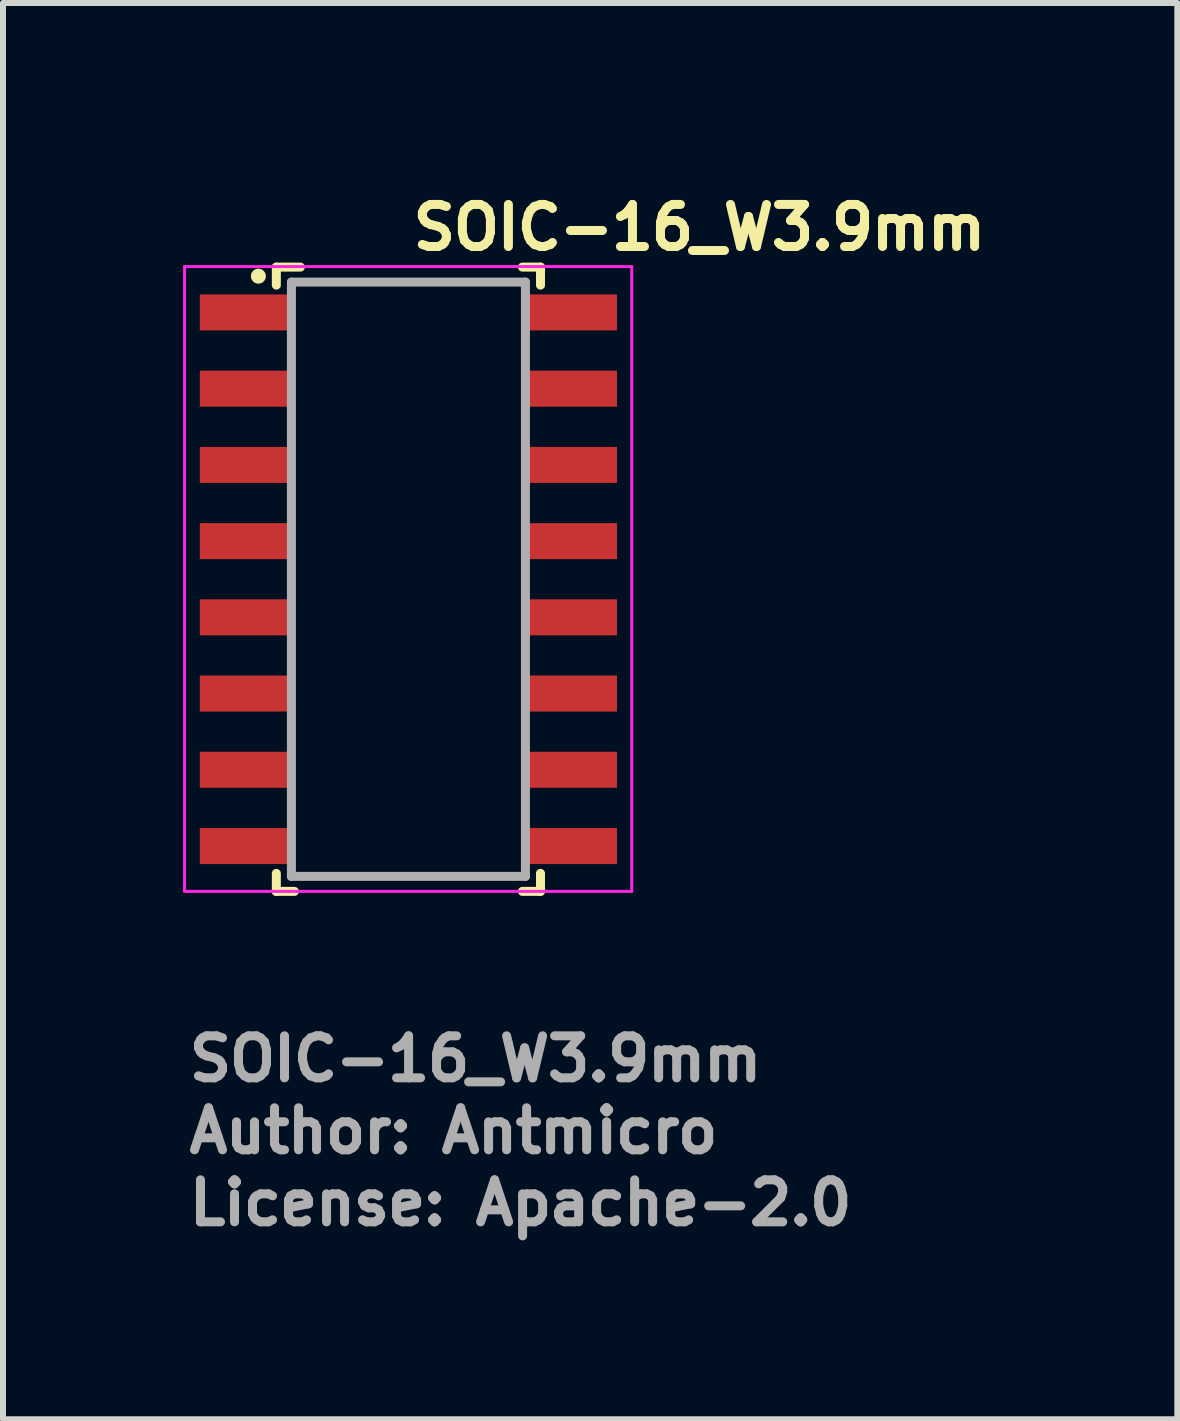
<source format=kicad_pcb>
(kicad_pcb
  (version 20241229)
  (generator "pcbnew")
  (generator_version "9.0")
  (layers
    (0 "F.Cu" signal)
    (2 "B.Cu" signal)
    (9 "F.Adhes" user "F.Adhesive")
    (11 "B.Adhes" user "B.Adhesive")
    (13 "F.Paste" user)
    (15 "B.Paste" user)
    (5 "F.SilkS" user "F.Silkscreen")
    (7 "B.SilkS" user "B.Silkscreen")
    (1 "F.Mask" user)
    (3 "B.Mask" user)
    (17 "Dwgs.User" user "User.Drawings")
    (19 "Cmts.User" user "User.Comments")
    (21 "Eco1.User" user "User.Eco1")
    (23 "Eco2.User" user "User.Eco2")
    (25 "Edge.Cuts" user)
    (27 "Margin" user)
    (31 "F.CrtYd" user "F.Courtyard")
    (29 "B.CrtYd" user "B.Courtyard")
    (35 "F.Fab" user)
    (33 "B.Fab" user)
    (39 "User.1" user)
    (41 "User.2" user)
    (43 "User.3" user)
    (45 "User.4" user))
  (footprint "SOIC-16_W3.9mm"
    (layer "F.Cu")
    (at 3.755 6.601)
    (property "Reference" "SOIC-16_W3.9mm" (at 0 -5.451 0) (layer "F.SilkS") (effects (font (size 0.7 0.7) (thickness 0.15)) (justify left bottom)))
    (attr smd)
    (fp_line (start -2.201 -5.201) (end -2.201 -4.901) (stroke (width 0.15) (type solid)) (layer "F.SilkS"))
    (fp_line (start -2.201 4.9) (end -2.201 5.2) (stroke (width 0.15) (type solid)) (layer "F.SilkS"))
    (fp_line (start -2.201 5.2) (end -1.9 5.2) (stroke (width 0.15) (type solid)) (layer "F.SilkS"))
    (fp_line (start -1.801 -5.201) (end -2.201 -5.201) (stroke (width 0.15) (type solid)) (layer "F.SilkS"))
    (fp_line (start 2.2 -5.201) (end 1.899 -5.201) (stroke (width 0.15) (type solid)) (layer "F.SilkS"))
    (fp_line (start 2.2 -4.901) (end 2.2 -5.201) (stroke (width 0.15) (type solid)) (layer "F.SilkS"))
    (fp_line (start 2.2 5.2) (end 1.899 5.2) (stroke (width 0.15) (type solid)) (layer "F.SilkS"))
    (fp_line (start 2.2 5.2) (end 2.2 4.9) (stroke (width 0.15) (type solid)) (layer "F.SilkS"))
    (fp_circle (center -2.5 -5.05) (end -2.45 -5.05) (stroke (width 0.15) (type solid)) (fill yes) (layer "F.SilkS"))
    (fp_line (start -3.73 -5.21) (end -3.73 5.2) (stroke (width 0.05) (type solid)) (layer "F.CrtYd"))
    (fp_line (start -3.73 -5.21) (end 3.72 -5.21) (stroke (width 0.05) (type solid)) (layer "F.CrtYd"))
    (fp_line (start -3.73 5.2) (end 3.72 5.2) (stroke (width 0.05) (type solid)) (layer "F.CrtYd"))
    (fp_line (start 3.72 -5.21) (end 3.72 5.2) (stroke (width 0.05) (type solid)) (layer "F.CrtYd"))
    (fp_line (start -1.95 4.95) (end -1.95 -4.951) (stroke (width 0.15) (type solid)) (layer "F.Fab"))
    (fp_line (start 1.949 -4.951) (end -1.95 -4.951) (stroke (width 0.15) (type solid)) (layer "F.Fab"))
    (fp_line (start 1.949 -4.951) (end 1.949 4.95) (stroke (width 0.15) (type solid)) (layer "F.Fab"))
    (fp_line (start 1.949 4.95) (end -1.95 4.95) (stroke (width 0.15) (type solid)) (layer "F.Fab"))
    (fp_line (start -3.013 -4.65) (end -3.013 -4.24) (stroke (width 0.01) (type solid)) (layer "User.9"))
    (fp_line (start -3.013 -3.38) (end -3.013 -2.97) (stroke (width 0.01) (type solid)) (layer "User.9"))
    (fp_line (start -3.013 -2.11) (end -3.013 -1.7) (stroke (width 0.01) (type solid)) (layer "User.9"))
    (fp_line (start -3.013 -0.84) (end -3.013 -0.43) (stroke (width 0.01) (type solid)) (layer "User.9"))
    (fp_line (start -3.013 0.43) (end -3.013 0.84) (stroke (width 0.01) (type solid)) (layer "User.9"))
    (fp_line (start -3.013 1.7) (end -3.013 2.11) (stroke (width 0.01) (type solid)) (layer "User.9"))
    (fp_line (start -3.013 2.97) (end -3.013 3.38) (stroke (width 0.01) (type solid)) (layer "User.9"))
    (fp_line (start -3.013 4.24) (end -3.013 4.65) (stroke (width 0.01) (type solid)) (layer "User.9"))
    (fp_line (start -2.485 -4.65) (end -3.013 -4.65) (stroke (width 0.01) (type solid)) (layer "User.9"))
    (fp_line (start -2.485 -4.65) (end -2.339 -4.65) (stroke (width 0.01) (type solid)) (layer "User.9"))
    (fp_line (start -2.485 -4.24) (end -3.013 -4.24) (stroke (width 0.01) (type solid)) (layer "User.9"))
    (fp_line (start -2.485 -4.24) (end -2.339 -4.24) (stroke (width 0.01) (type solid)) (layer "User.9"))
    (fp_line (start -2.485 -3.38) (end -3.013 -3.38) (stroke (width 0.01) (type solid)) (layer "User.9"))
    (fp_line (start -2.485 -3.38) (end -2.339 -3.38) (stroke (width 0.01) (type solid)) (layer "User.9"))
    (fp_line (start -2.485 -2.97) (end -3.013 -2.97) (stroke (width 0.01) (type solid)) (layer "User.9"))
    (fp_line (start -2.485 -2.97) (end -2.339 -2.97) (stroke (width 0.01) (type solid)) (layer "User.9"))
    (fp_line (start -2.485 -2.11) (end -3.013 -2.11) (stroke (width 0.01) (type solid)) (layer "User.9"))
    (fp_line (start -2.485 -2.11) (end -2.339 -2.11) (stroke (width 0.01) (type solid)) (layer "User.9"))
    (fp_line (start -2.485 -1.7) (end -3.013 -1.7) (stroke (width 0.01) (type solid)) (layer "User.9"))
    (fp_line (start -2.485 -1.7) (end -2.339 -1.7) (stroke (width 0.01) (type solid)) (layer "User.9"))
    (fp_line (start -2.485 -0.84) (end -3.013 -0.84) (stroke (width 0.01) (type solid)) (layer "User.9"))
    (fp_line (start -2.485 -0.84) (end -2.339 -0.84) (stroke (width 0.01) (type solid)) (layer "User.9"))
    (fp_line (start -2.485 -0.43) (end -3.013 -0.43) (stroke (width 0.01) (type solid)) (layer "User.9"))
    (fp_line (start -2.485 -0.43) (end -2.339 -0.43) (stroke (width 0.01) (type solid)) (layer "User.9"))
    (fp_line (start -2.485 0.43) (end -3.013 0.43) (stroke (width 0.01) (type solid)) (layer "User.9"))
    (fp_line (start -2.485 0.43) (end -2.339 0.43) (stroke (width 0.01) (type solid)) (layer "User.9"))
    (fp_line (start -2.485 0.84) (end -3.013 0.84) (stroke (width 0.01) (type solid)) (layer "User.9"))
    (fp_line (start -2.485 0.84) (end -2.339 0.84) (stroke (width 0.01) (type solid)) (layer "User.9"))
    (fp_line (start -2.485 1.7) (end -3.013 1.7) (stroke (width 0.01) (type solid)) (layer "User.9"))
    (fp_line (start -2.485 1.7) (end -2.339 1.7) (stroke (width 0.01) (type solid)) (layer "User.9"))
    (fp_line (start -2.485 2.11) (end -3.013 2.11) (stroke (width 0.01) (type solid)) (layer "User.9"))
    (fp_line (start -2.485 2.11) (end -2.339 2.11) (stroke (width 0.01) (type solid)) (layer "User.9"))
    (fp_line (start -2.485 2.97) (end -3.013 2.97) (stroke (width 0.01) (type solid)) (layer "User.9"))
    (fp_line (start -2.485 2.97) (end -2.339 2.97) (stroke (width 0.01) (type solid)) (layer "User.9"))
    (fp_line (start -2.485 3.38) (end -3.013 3.38) (stroke (width 0.01) (type solid)) (layer "User.9"))
    (fp_line (start -2.485 3.38) (end -2.339 3.38) (stroke (width 0.01) (type solid)) (layer "User.9"))
    (fp_line (start -2.485 4.24) (end -3.013 4.24) (stroke (width 0.01) (type solid)) (layer "User.9"))
    (fp_line (start -2.485 4.24) (end -2.339 4.24) (stroke (width 0.01) (type solid)) (layer "User.9"))
    (fp_line (start -2.485 4.65) (end -3.013 4.65) (stroke (width 0.01) (type solid)) (layer "User.9"))
    (fp_line (start -2.485 4.65) (end -2.339 4.65) (stroke (width 0.01) (type solid)) (layer "User.9"))
    (fp_line (start -2.339 -4.65) (end -2.256 -4.65) (stroke (width 0.01) (type solid)) (layer "User.9"))
    (fp_line (start -2.339 -3.38) (end -2.256 -3.38) (stroke (width 0.01) (type solid)) (layer "User.9"))
    (fp_line (start -2.339 -2.11) (end -2.256 -2.11) (stroke (width 0.01) (type solid)) (layer "User.9"))
    (fp_line (start -2.339 -0.84) (end -2.256 -0.84) (stroke (width 0.01) (type solid)) (layer "User.9"))
    (fp_line (start -2.339 0.43) (end -2.256 0.43) (stroke (width 0.01) (type solid)) (layer "User.9"))
    (fp_line (start -2.339 1.7) (end -2.256 1.7) (stroke (width 0.01) (type solid)) (layer "User.9"))
    (fp_line (start -2.339 2.97) (end -2.256 2.97) (stroke (width 0.01) (type solid)) (layer "User.9"))
    (fp_line (start -2.339 4.24) (end -2.256 4.24) (stroke (width 0.01) (type solid)) (layer "User.9"))
    (fp_line (start -2.256 -4.65) (end -1.97 -4.65) (stroke (width 0.01) (type solid)) (layer "User.9"))
    (fp_line (start -2.256 -4.24) (end -2.339 -4.24) (stroke (width 0.01) (type solid)) (layer "User.9"))
    (fp_line (start -2.256 -3.38) (end -1.97 -3.38) (stroke (width 0.01) (type solid)) (layer "User.9"))
    (fp_line (start -2.256 -2.97) (end -2.339 -2.97) (stroke (width 0.01) (type solid)) (layer "User.9"))
    (fp_line (start -2.256 -2.11) (end -1.97 -2.11) (stroke (width 0.01) (type solid)) (layer "User.9"))
    (fp_line (start -2.256 -1.7) (end -2.339 -1.7) (stroke (width 0.01) (type solid)) (layer "User.9"))
    (fp_line (start -2.256 -0.84) (end -1.97 -0.84) (stroke (width 0.01) (type solid)) (layer "User.9"))
    (fp_line (start -2.256 -0.43) (end -2.339 -0.43) (stroke (width 0.01) (type solid)) (layer "User.9"))
    (fp_line (start -2.256 0.43) (end -1.97 0.43) (stroke (width 0.01) (type solid)) (layer "User.9"))
    (fp_line (start -2.256 0.84) (end -2.339 0.84) (stroke (width 0.01) (type solid)) (layer "User.9"))
    (fp_line (start -2.256 1.7) (end -1.97 1.7) (stroke (width 0.01) (type solid)) (layer "User.9"))
    (fp_line (start -2.256 2.11) (end -2.339 2.11) (stroke (width 0.01) (type solid)) (layer "User.9"))
    (fp_line (start -2.256 2.97) (end -1.97 2.97) (stroke (width 0.01) (type solid)) (layer "User.9"))
    (fp_line (start -2.256 3.38) (end -2.339 3.38) (stroke (width 0.01) (type solid)) (layer "User.9"))
    (fp_line (start -2.256 4.24) (end -1.97 4.24) (stroke (width 0.01) (type solid)) (layer "User.9"))
    (fp_line (start -2.256 4.65) (end -2.339 4.65) (stroke (width 0.01) (type solid)) (layer "User.9"))
    (fp_line (start -1.97 -4.24) (end -2.256 -4.24) (stroke (width 0.01) (type solid)) (layer "User.9"))
    (fp_line (start -1.97 -2.97) (end -2.256 -2.97) (stroke (width 0.01) (type solid)) (layer "User.9"))
    (fp_line (start -1.97 -1.7) (end -2.256 -1.7) (stroke (width 0.01) (type solid)) (layer "User.9"))
    (fp_line (start -1.97 -0.43) (end -2.256 -0.43) (stroke (width 0.01) (type solid)) (layer "User.9"))
    (fp_line (start -1.97 0.84) (end -2.256 0.84) (stroke (width 0.01) (type solid)) (layer "User.9"))
    (fp_line (start -1.97 2.11) (end -2.256 2.11) (stroke (width 0.01) (type solid)) (layer "User.9"))
    (fp_line (start -1.97 3.38) (end -2.256 3.38) (stroke (width 0.01) (type solid)) (layer "User.9"))
    (fp_line (start -1.97 4.65) (end -2.256 4.65) (stroke (width 0.01) (type solid)) (layer "User.9"))
    (fp_line (start -1.95 -4.75) (end -1.95 -4.753) (stroke (width 0.01) (type solid)) (layer "User.9"))
    (fp_line (start -1.95 -4.65) (end -1.97 -4.65) (stroke (width 0.01) (type solid)) (layer "User.9"))
    (fp_line (start -1.95 -4.65) (end -1.95 -4.24) (stroke (width 0.01) (type solid)) (layer "User.9"))
    (fp_line (start -1.95 -4.24) (end -1.97 -4.24) (stroke (width 0.01) (type solid)) (layer "User.9"))
    (fp_line (start -1.95 -3.38) (end -1.97 -3.38) (stroke (width 0.01) (type solid)) (layer "User.9"))
    (fp_line (start -1.95 -3.38) (end -1.95 -2.97) (stroke (width 0.01) (type solid)) (layer "User.9"))
    (fp_line (start -1.95 -2.97) (end -1.97 -2.97) (stroke (width 0.01) (type solid)) (layer "User.9"))
    (fp_line (start -1.95 -2.11) (end -1.97 -2.11) (stroke (width 0.01) (type solid)) (layer "User.9"))
    (fp_line (start -1.95 -2.11) (end -1.95 -1.7) (stroke (width 0.01) (type solid)) (layer "User.9"))
    (fp_line (start -1.95 -1.7) (end -1.97 -1.7) (stroke (width 0.01) (type solid)) (layer "User.9"))
    (fp_line (start -1.95 -0.84) (end -1.97 -0.84) (stroke (width 0.01) (type solid)) (layer "User.9"))
    (fp_line (start -1.95 -0.84) (end -1.95 -0.43) (stroke (width 0.01) (type solid)) (layer "User.9"))
    (fp_line (start -1.95 -0.43) (end -1.97 -0.43) (stroke (width 0.01) (type solid)) (layer "User.9"))
    (fp_line (start -1.95 0.43) (end -1.97 0.43) (stroke (width 0.01) (type solid)) (layer "User.9"))
    (fp_line (start -1.95 0.43) (end -1.95 0.84) (stroke (width 0.01) (type solid)) (layer "User.9"))
    (fp_line (start -1.95 0.84) (end -1.97 0.84) (stroke (width 0.01) (type solid)) (layer "User.9"))
    (fp_line (start -1.95 1.7) (end -1.97 1.7) (stroke (width 0.01) (type solid)) (layer "User.9"))
    (fp_line (start -1.95 1.7) (end -1.95 2.11) (stroke (width 0.01) (type solid)) (layer "User.9"))
    (fp_line (start -1.95 2.11) (end -1.97 2.11) (stroke (width 0.01) (type solid)) (layer "User.9"))
    (fp_line (start -1.95 2.97) (end -1.97 2.97) (stroke (width 0.01) (type solid)) (layer "User.9"))
    (fp_line (start -1.95 2.97) (end -1.95 3.38) (stroke (width 0.01) (type solid)) (layer "User.9"))
    (fp_line (start -1.95 3.38) (end -1.97 3.38) (stroke (width 0.01) (type solid)) (layer "User.9"))
    (fp_line (start -1.95 4.24) (end -1.97 4.24) (stroke (width 0.01) (type solid)) (layer "User.9"))
    (fp_line (start -1.95 4.24) (end -1.95 4.65) (stroke (width 0.01) (type solid)) (layer "User.9"))
    (fp_line (start -1.95 4.65) (end -1.97 4.65) (stroke (width 0.01) (type solid)) (layer "User.9"))
    (fp_line (start -1.95 4.75) (end -1.95 -4.75) (stroke (width 0.01) (type solid)) (layer "User.9"))
    (fp_line (start -1.95 -4.753) (end -1.95 -4.763) (stroke (width 0.01) (type solid)) (layer "User.9"))
    (fp_line (start -1.95 4.753) (end -1.95 4.75) (stroke (width 0.01) (type solid)) (layer "User.9"))
    (fp_line (start -1.95 4.753) (end -1.95 4.763) (stroke (width 0.01) (type solid)) (layer "User.9"))
    (fp_line (start -1.95 -4.763) (end -1.95 -4.753) (stroke (width 0.01) (type solid)) (layer "User.9"))
    (fp_line (start -1.95 -4.763) (end -1.949 -4.773) (stroke (width 0.01) (type solid)) (layer "User.9"))
    (fp_line (start -1.95 4.763) (end -1.95 4.753) (stroke (width 0.01) (type solid)) (layer "User.9"))
    (fp_line (start -1.95 4.763) (end -1.949 4.773) (stroke (width 0.01) (type solid)) (layer "User.9"))
    (fp_line (start -1.949 -4.773) (end -1.95 -4.763) (stroke (width 0.01) (type solid)) (layer "User.9"))
    (fp_line (start -1.949 -4.773) (end -1.948 -4.783) (stroke (width 0.01) (type solid)) (layer "User.9"))
    (fp_line (start -1.949 4.773) (end -1.95 4.763) (stroke (width 0.01) (type solid)) (layer "User.9"))
    (fp_line (start -1.949 4.773) (end -1.948 4.783) (stroke (width 0.01) (type solid)) (layer "User.9"))
    (fp_line (start -1.948 -4.783) (end -1.949 -4.773) (stroke (width 0.01) (type solid)) (layer "User.9"))
    (fp_line (start -1.948 -4.783) (end -1.946 -4.792) (stroke (width 0.01) (type solid)) (layer "User.9"))
    (fp_line (start -1.948 4.783) (end -1.949 4.773) (stroke (width 0.01) (type solid)) (layer "User.9"))
    (fp_line (start -1.948 4.783) (end -1.946 4.792) (stroke (width 0.01) (type solid)) (layer "User.9"))
    (fp_line (start -1.946 -4.792) (end -1.948 -4.783) (stroke (width 0.01) (type solid)) (layer "User.9"))
    (fp_line (start -1.946 -4.792) (end -1.944 -4.802) (stroke (width 0.01) (type solid)) (layer "User.9"))
    (fp_line (start -1.946 4.792) (end -1.948 4.783) (stroke (width 0.01) (type solid)) (layer "User.9"))
    (fp_line (start -1.946 4.792) (end -1.944 4.802) (stroke (width 0.01) (type solid)) (layer "User.9"))
    (fp_line (start -1.944 -4.802) (end -1.946 -4.792) (stroke (width 0.01) (type solid)) (layer "User.9"))
    (fp_line (start -1.944 -4.802) (end -1.942 -4.811) (stroke (width 0.01) (type solid)) (layer "User.9"))
    (fp_line (start -1.944 4.802) (end -1.946 4.792) (stroke (width 0.01) (type solid)) (layer "User.9"))
    (fp_line (start -1.944 4.802) (end -1.942 4.811) (stroke (width 0.01) (type solid)) (layer "User.9"))
    (fp_line (start -1.942 -4.811) (end -1.944 -4.802) (stroke (width 0.01) (type solid)) (layer "User.9"))
    (fp_line (start -1.942 -4.811) (end -1.939 -4.82) (stroke (width 0.01) (type solid)) (layer "User.9"))
    (fp_line (start -1.942 4.811) (end -1.944 4.802) (stroke (width 0.01) (type solid)) (layer "User.9"))
    (fp_line (start -1.942 4.811) (end -1.939 4.82) (stroke (width 0.01) (type solid)) (layer "User.9"))
    (fp_line (start -1.939 -4.82) (end -1.942 -4.811) (stroke (width 0.01) (type solid)) (layer "User.9"))
    (fp_line (start -1.939 -4.82) (end -1.935 -4.829) (stroke (width 0.01) (type solid)) (layer "User.9"))
    (fp_line (start -1.939 4.82) (end -1.942 4.811) (stroke (width 0.01) (type solid)) (layer "User.9"))
    (fp_line (start -1.939 4.82) (end -1.935 4.829) (stroke (width 0.01) (type solid)) (layer "User.9"))
    (fp_line (start -1.935 -4.829) (end -1.939 -4.82) (stroke (width 0.01) (type solid)) (layer "User.9"))
    (fp_line (start -1.935 -4.829) (end -1.931 -4.838) (stroke (width 0.01) (type solid)) (layer "User.9"))
    (fp_line (start -1.935 4.829) (end -1.939 4.82) (stroke (width 0.01) (type solid)) (layer "User.9"))
    (fp_line (start -1.935 4.829) (end -1.931 4.838) (stroke (width 0.01) (type solid)) (layer "User.9"))
    (fp_line (start -1.931 -4.838) (end -1.935 -4.829) (stroke (width 0.01) (type solid)) (layer "User.9"))
    (fp_line (start -1.931 -4.838) (end -1.927 -4.847) (stroke (width 0.01) (type solid)) (layer "User.9"))
    (fp_line (start -1.931 4.838) (end -1.935 4.829) (stroke (width 0.01) (type solid)) (layer "User.9"))
    (fp_line (start -1.931 4.838) (end -1.927 4.847) (stroke (width 0.01) (type solid)) (layer "User.9"))
    (fp_line (start -1.927 -4.847) (end -1.931 -4.838) (stroke (width 0.01) (type solid)) (layer "User.9"))
    (fp_line (start -1.927 -4.847) (end -1.922 -4.855) (stroke (width 0.01) (type solid)) (layer "User.9"))
    (fp_line (start -1.927 4.847) (end -1.931 4.838) (stroke (width 0.01) (type solid)) (layer "User.9"))
    (fp_line (start -1.927 4.847) (end -1.922 4.855) (stroke (width 0.01) (type solid)) (layer "User.9"))
    (fp_line (start -1.922 -4.855) (end -1.927 -4.847) (stroke (width 0.01) (type solid)) (layer "User.9"))
    (fp_line (start -1.922 -4.855) (end -1.917 -4.863) (stroke (width 0.01) (type solid)) (layer "User.9"))
    (fp_line (start -1.922 4.855) (end -1.927 4.847) (stroke (width 0.01) (type solid)) (layer "User.9"))
    (fp_line (start -1.922 4.855) (end -1.917 4.863) (stroke (width 0.01) (type solid)) (layer "User.9"))
    (fp_line (start -1.917 -4.863) (end -1.922 -4.855) (stroke (width 0.01) (type solid)) (layer "User.9"))
    (fp_line (start -1.917 -4.863) (end -1.911 -4.871) (stroke (width 0.01) (type solid)) (layer "User.9"))
    (fp_line (start -1.917 4.863) (end -1.922 4.855) (stroke (width 0.01) (type solid)) (layer "User.9"))
    (fp_line (start -1.917 4.863) (end -1.911 4.871) (stroke (width 0.01) (type solid)) (layer "User.9"))
    (fp_line (start -1.911 -4.871) (end -1.917 -4.863) (stroke (width 0.01) (type solid)) (layer "User.9"))
    (fp_line (start -1.911 -4.871) (end -1.905 -4.878) (stroke (width 0.01) (type solid)) (layer "User.9"))
    (fp_line (start -1.911 4.871) (end -1.917 4.863) (stroke (width 0.01) (type solid)) (layer "User.9"))
    (fp_line (start -1.911 4.871) (end -1.905 4.878) (stroke (width 0.01) (type solid)) (layer "User.9"))
    (fp_line (start -1.905 -4.878) (end -1.911 -4.871) (stroke (width 0.01) (type solid)) (layer "User.9"))
    (fp_line (start -1.905 -4.878) (end -1.899 -4.886) (stroke (width 0.01) (type solid)) (layer "User.9"))
    (fp_line (start -1.905 4.878) (end -1.911 4.871) (stroke (width 0.01) (type solid)) (layer "User.9"))
    (fp_line (start -1.905 4.878) (end -1.899 4.886) (stroke (width 0.01) (type solid)) (layer "User.9"))
    (fp_line (start -1.899 -4.886) (end -1.905 -4.878) (stroke (width 0.01) (type solid)) (layer "User.9"))
    (fp_line (start -1.899 -4.886) (end -1.892 -4.892) (stroke (width 0.01) (type solid)) (layer "User.9"))
    (fp_line (start -1.899 4.886) (end -1.905 4.878) (stroke (width 0.01) (type solid)) (layer "User.9"))
    (fp_line (start -1.899 4.886) (end -1.892 4.892) (stroke (width 0.01) (type solid)) (layer "User.9"))
    (fp_line (start -1.892 -4.892) (end -1.899 -4.886) (stroke (width 0.01) (type solid)) (layer "User.9"))
    (fp_line (start -1.892 -4.892) (end -1.886 -4.899) (stroke (width 0.01) (type solid)) (layer "User.9"))
    (fp_line (start -1.892 4.892) (end -1.899 4.886) (stroke (width 0.01) (type solid)) (layer "User.9"))
    (fp_line (start -1.892 4.892) (end -1.886 4.899) (stroke (width 0.01) (type solid)) (layer "User.9"))
    (fp_line (start -1.886 -4.899) (end -1.892 -4.892) (stroke (width 0.01) (type solid)) (layer "User.9"))
    (fp_line (start -1.886 -4.899) (end -1.878 -4.905) (stroke (width 0.01) (type solid)) (layer "User.9"))
    (fp_line (start -1.886 4.899) (end -1.892 4.892) (stroke (width 0.01) (type solid)) (layer "User.9"))
    (fp_line (start -1.886 4.899) (end -1.878 4.905) (stroke (width 0.01) (type solid)) (layer "User.9"))
    (fp_line (start -1.878 -4.905) (end -1.886 -4.899) (stroke (width 0.01) (type solid)) (layer "User.9"))
    (fp_line (start -1.878 -4.905) (end -1.871 -4.911) (stroke (width 0.01) (type solid)) (layer "User.9"))
    (fp_line (start -1.878 4.905) (end -1.886 4.899) (stroke (width 0.01) (type solid)) (layer "User.9"))
    (fp_line (start -1.878 4.905) (end -1.871 4.911) (stroke (width 0.01) (type solid)) (layer "User.9"))
    (fp_line (start -1.871 -4.911) (end -1.878 -4.905) (stroke (width 0.01) (type solid)) (layer "User.9"))
    (fp_line (start -1.871 -4.911) (end -1.863 -4.917) (stroke (width 0.01) (type solid)) (layer "User.9"))
    (fp_line (start -1.871 4.911) (end -1.878 4.905) (stroke (width 0.01) (type solid)) (layer "User.9"))
    (fp_line (start -1.871 4.911) (end -1.863 4.917) (stroke (width 0.01) (type solid)) (layer "User.9"))
    (fp_line (start -1.863 -4.917) (end -1.871 -4.911) (stroke (width 0.01) (type solid)) (layer "User.9"))
    (fp_line (start -1.863 -4.917) (end -1.855 -4.922) (stroke (width 0.01) (type solid)) (layer "User.9"))
    (fp_line (start -1.863 4.917) (end -1.871 4.911) (stroke (width 0.01) (type solid)) (layer "User.9"))
    (fp_line (start -1.863 4.917) (end -1.855 4.922) (stroke (width 0.01) (type solid)) (layer "User.9"))
    (fp_line (start -1.855 -4.922) (end -1.863 -4.917) (stroke (width 0.01) (type solid)) (layer "User.9"))
    (fp_line (start -1.855 -4.922) (end -1.847 -4.927) (stroke (width 0.01) (type solid)) (layer "User.9"))
    (fp_line (start -1.855 4.922) (end -1.863 4.917) (stroke (width 0.01) (type solid)) (layer "User.9"))
    (fp_line (start -1.855 4.922) (end -1.847 4.927) (stroke (width 0.01) (type solid)) (layer "User.9"))
    (fp_line (start -1.847 -4.927) (end -1.855 -4.922) (stroke (width 0.01) (type solid)) (layer "User.9"))
    (fp_line (start -1.847 -4.927) (end -1.838 -4.931) (stroke (width 0.01) (type solid)) (layer "User.9"))
    (fp_line (start -1.847 4.927) (end -1.855 4.922) (stroke (width 0.01) (type solid)) (layer "User.9"))
    (fp_line (start -1.847 4.927) (end -1.838 4.931) (stroke (width 0.01) (type solid)) (layer "User.9"))
    (fp_line (start -1.838 -4.931) (end -1.847 -4.927) (stroke (width 0.01) (type solid)) (layer "User.9"))
    (fp_line (start -1.838 -4.931) (end -1.829 -4.935) (stroke (width 0.01) (type solid)) (layer "User.9"))
    (fp_line (start -1.838 4.931) (end -1.847 4.927) (stroke (width 0.01) (type solid)) (layer "User.9"))
    (fp_line (start -1.838 4.931) (end -1.829 4.935) (stroke (width 0.01) (type solid)) (layer "User.9"))
    (fp_line (start -1.829 -4.935) (end -1.838 -4.931) (stroke (width 0.01) (type solid)) (layer "User.9"))
    (fp_line (start -1.829 -4.935) (end -1.82 -4.939) (stroke (width 0.01) (type solid)) (layer "User.9"))
    (fp_line (start -1.829 4.935) (end -1.838 4.931) (stroke (width 0.01) (type solid)) (layer "User.9"))
    (fp_line (start -1.829 4.935) (end -1.82 4.939) (stroke (width 0.01) (type solid)) (layer "User.9"))
    (fp_line (start -1.82 -4.939) (end -1.829 -4.935) (stroke (width 0.01) (type solid)) (layer "User.9"))
    (fp_line (start -1.82 -4.939) (end -1.811 -4.942) (stroke (width 0.01) (type solid)) (layer "User.9"))
    (fp_line (start -1.82 4.939) (end -1.829 4.935) (stroke (width 0.01) (type solid)) (layer "User.9"))
    (fp_line (start -1.82 4.939) (end -1.811 4.942) (stroke (width 0.01) (type solid)) (layer "User.9"))
    (fp_line (start -1.811 -4.942) (end -1.82 -4.939) (stroke (width 0.01) (type solid)) (layer "User.9"))
    (fp_line (start -1.811 -4.942) (end -1.802 -4.944) (stroke (width 0.01) (type solid)) (layer "User.9"))
    (fp_line (start -1.811 4.942) (end -1.82 4.939) (stroke (width 0.01) (type solid)) (layer "User.9"))
    (fp_line (start -1.811 4.942) (end -1.802 4.944) (stroke (width 0.01) (type solid)) (layer "User.9"))
    (fp_line (start -1.802 -4.944) (end -1.811 -4.942) (stroke (width 0.01) (type solid)) (layer "User.9"))
    (fp_line (start -1.802 -4.944) (end -1.792 -4.946) (stroke (width 0.01) (type solid)) (layer "User.9"))
    (fp_line (start -1.802 4.944) (end -1.811 4.942) (stroke (width 0.01) (type solid)) (layer "User.9"))
    (fp_line (start -1.802 4.944) (end -1.792 4.946) (stroke (width 0.01) (type solid)) (layer "User.9"))
    (fp_line (start -1.792 -4.946) (end -1.802 -4.944) (stroke (width 0.01) (type solid)) (layer "User.9"))
    (fp_line (start -1.792 -4.946) (end -1.783 -4.948) (stroke (width 0.01) (type solid)) (layer "User.9"))
    (fp_line (start -1.792 4.946) (end -1.802 4.944) (stroke (width 0.01) (type solid)) (layer "User.9"))
    (fp_line (start -1.792 4.946) (end -1.783 4.948) (stroke (width 0.01) (type solid)) (layer "User.9"))
    (fp_line (start -1.783 -4.948) (end -1.792 -4.946) (stroke (width 0.01) (type solid)) (layer "User.9"))
    (fp_line (start -1.783 -4.948) (end -1.773 -4.949) (stroke (width 0.01) (type solid)) (layer "User.9"))
    (fp_line (start -1.783 4.948) (end -1.792 4.946) (stroke (width 0.01) (type solid)) (layer "User.9"))
    (fp_line (start -1.783 4.948) (end -1.773 4.949) (stroke (width 0.01) (type solid)) (layer "User.9"))
    (fp_line (start -1.773 -4.949) (end -1.783 -4.948) (stroke (width 0.01) (type solid)) (layer "User.9"))
    (fp_line (start -1.773 -4.949) (end -1.763 -4.95) (stroke (width 0.01) (type solid)) (layer "User.9"))
    (fp_line (start -1.773 4.949) (end -1.783 4.948) (stroke (width 0.01) (type solid)) (layer "User.9"))
    (fp_line (start -1.773 4.949) (end -1.763 4.95) (stroke (width 0.01) (type solid)) (layer "User.9"))
    (fp_line (start -1.763 -4.95) (end -1.773 -4.949) (stroke (width 0.01) (type solid)) (layer "User.9"))
    (fp_line (start -1.763 -4.95) (end -1.753 -4.95) (stroke (width 0.01) (type solid)) (layer "User.9"))
    (fp_line (start -1.763 4.95) (end -1.773 4.949) (stroke (width 0.01) (type solid)) (layer "User.9"))
    (fp_line (start -1.763 4.95) (end -1.753 4.95) (stroke (width 0.01) (type solid)) (layer "User.9"))
    (fp_line (start -1.753 -4.95) (end -1.763 -4.95) (stroke (width 0.01) (type solid)) (layer "User.9"))
    (fp_line (start -1.753 -4.95) (end -1.75 -4.95) (stroke (width 0.01) (type solid)) (layer "User.9"))
    (fp_line (start -1.753 4.95) (end -1.763 4.95) (stroke (width 0.01) (type solid)) (layer "User.9"))
    (fp_line (start -1.75 4.95) (end -1.753 4.95) (stroke (width 0.01) (type solid)) (layer "User.9"))
    (fp_line (start 1.75 -4.95) (end -1.75 -4.95) (stroke (width 0.01) (type solid)) (layer "User.9"))
    (fp_line (start 1.75 -4.95) (end 1.753 -4.95) (stroke (width 0.01) (type solid)) (layer "User.9"))
    (fp_line (start 1.75 4.95) (end -1.75 4.95) (stroke (width 0.01) (type solid)) (layer "User.9"))
    (fp_line (start 1.753 -4.95) (end 1.763 -4.95) (stroke (width 0.01) (type solid)) (layer "User.9"))
    (fp_line (start 1.753 4.95) (end 1.75 4.95) (stroke (width 0.01) (type solid)) (layer "User.9"))
    (fp_line (start 1.753 4.95) (end 1.763 4.95) (stroke (width 0.01) (type solid)) (layer "User.9"))
    (fp_line (start 1.763 -4.95) (end 1.753 -4.95) (stroke (width 0.01) (type solid)) (layer "User.9"))
    (fp_line (start 1.763 -4.95) (end 1.773 -4.949) (stroke (width 0.01) (type solid)) (layer "User.9"))
    (fp_line (start 1.763 4.95) (end 1.753 4.95) (stroke (width 0.01) (type solid)) (layer "User.9"))
    (fp_line (start 1.763 4.95) (end 1.773 4.949) (stroke (width 0.01) (type solid)) (layer "User.9"))
    (fp_line (start 1.773 -4.949) (end 1.763 -4.95) (stroke (width 0.01) (type solid)) (layer "User.9"))
    (fp_line (start 1.773 -4.949) (end 1.783 -4.948) (stroke (width 0.01) (type solid)) (layer "User.9"))
    (fp_line (start 1.773 4.949) (end 1.763 4.95) (stroke (width 0.01) (type solid)) (layer "User.9"))
    (fp_line (start 1.773 4.949) (end 1.783 4.948) (stroke (width 0.01) (type solid)) (layer "User.9"))
    (fp_line (start 1.783 -4.948) (end 1.773 -4.949) (stroke (width 0.01) (type solid)) (layer "User.9"))
    (fp_line (start 1.783 -4.948) (end 1.792 -4.946) (stroke (width 0.01) (type solid)) (layer "User.9"))
    (fp_line (start 1.783 4.948) (end 1.773 4.949) (stroke (width 0.01) (type solid)) (layer "User.9"))
    (fp_line (start 1.783 4.948) (end 1.792 4.946) (stroke (width 0.01) (type solid)) (layer "User.9"))
    (fp_line (start 1.792 -4.946) (end 1.783 -4.948) (stroke (width 0.01) (type solid)) (layer "User.9"))
    (fp_line (start 1.792 -4.946) (end 1.802 -4.944) (stroke (width 0.01) (type solid)) (layer "User.9"))
    (fp_line (start 1.792 4.946) (end 1.783 4.948) (stroke (width 0.01) (type solid)) (layer "User.9"))
    (fp_line (start 1.792 4.946) (end 1.802 4.944) (stroke (width 0.01) (type solid)) (layer "User.9"))
    (fp_line (start 1.802 -4.944) (end 1.792 -4.946) (stroke (width 0.01) (type solid)) (layer "User.9"))
    (fp_line (start 1.802 -4.944) (end 1.811 -4.942) (stroke (width 0.01) (type solid)) (layer "User.9"))
    (fp_line (start 1.802 4.944) (end 1.792 4.946) (stroke (width 0.01) (type solid)) (layer "User.9"))
    (fp_line (start 1.802 4.944) (end 1.811 4.942) (stroke (width 0.01) (type solid)) (layer "User.9"))
    (fp_line (start 1.811 -4.942) (end 1.802 -4.944) (stroke (width 0.01) (type solid)) (layer "User.9"))
    (fp_line (start 1.811 -4.942) (end 1.82 -4.939) (stroke (width 0.01) (type solid)) (layer "User.9"))
    (fp_line (start 1.811 4.942) (end 1.802 4.944) (stroke (width 0.01) (type solid)) (layer "User.9"))
    (fp_line (start 1.811 4.942) (end 1.82 4.939) (stroke (width 0.01) (type solid)) (layer "User.9"))
    (fp_line (start 1.82 -4.939) (end 1.811 -4.942) (stroke (width 0.01) (type solid)) (layer "User.9"))
    (fp_line (start 1.82 -4.939) (end 1.829 -4.935) (stroke (width 0.01) (type solid)) (layer "User.9"))
    (fp_line (start 1.82 4.939) (end 1.811 4.942) (stroke (width 0.01) (type solid)) (layer "User.9"))
    (fp_line (start 1.82 4.939) (end 1.829 4.935) (stroke (width 0.01) (type solid)) (layer "User.9"))
    (fp_line (start 1.829 -4.935) (end 1.82 -4.939) (stroke (width 0.01) (type solid)) (layer "User.9"))
    (fp_line (start 1.829 -4.935) (end 1.838 -4.931) (stroke (width 0.01) (type solid)) (layer "User.9"))
    (fp_line (start 1.829 4.935) (end 1.82 4.939) (stroke (width 0.01) (type solid)) (layer "User.9"))
    (fp_line (start 1.829 4.935) (end 1.838 4.931) (stroke (width 0.01) (type solid)) (layer "User.9"))
    (fp_line (start 1.838 -4.931) (end 1.829 -4.935) (stroke (width 0.01) (type solid)) (layer "User.9"))
    (fp_line (start 1.838 -4.931) (end 1.847 -4.927) (stroke (width 0.01) (type solid)) (layer "User.9"))
    (fp_line (start 1.838 4.931) (end 1.829 4.935) (stroke (width 0.01) (type solid)) (layer "User.9"))
    (fp_line (start 1.838 4.931) (end 1.847 4.927) (stroke (width 0.01) (type solid)) (layer "User.9"))
    (fp_line (start 1.847 -4.927) (end 1.838 -4.931) (stroke (width 0.01) (type solid)) (layer "User.9"))
    (fp_line (start 1.847 -4.927) (end 1.855 -4.922) (stroke (width 0.01) (type solid)) (layer "User.9"))
    (fp_line (start 1.847 4.927) (end 1.838 4.931) (stroke (width 0.01) (type solid)) (layer "User.9"))
    (fp_line (start 1.847 4.927) (end 1.855 4.922) (stroke (width 0.01) (type solid)) (layer "User.9"))
    (fp_line (start 1.855 -4.922) (end 1.847 -4.927) (stroke (width 0.01) (type solid)) (layer "User.9"))
    (fp_line (start 1.855 -4.922) (end 1.863 -4.917) (stroke (width 0.01) (type solid)) (layer "User.9"))
    (fp_line (start 1.855 4.922) (end 1.847 4.927) (stroke (width 0.01) (type solid)) (layer "User.9"))
    (fp_line (start 1.855 4.922) (end 1.863 4.917) (stroke (width 0.01) (type solid)) (layer "User.9"))
    (fp_line (start 1.863 -4.917) (end 1.855 -4.922) (stroke (width 0.01) (type solid)) (layer "User.9"))
    (fp_line (start 1.863 -4.917) (end 1.871 -4.911) (stroke (width 0.01) (type solid)) (layer "User.9"))
    (fp_line (start 1.863 4.917) (end 1.855 4.922) (stroke (width 0.01) (type solid)) (layer "User.9"))
    (fp_line (start 1.863 4.917) (end 1.871 4.911) (stroke (width 0.01) (type solid)) (layer "User.9"))
    (fp_line (start 1.871 -4.911) (end 1.863 -4.917) (stroke (width 0.01) (type solid)) (layer "User.9"))
    (fp_line (start 1.871 -4.911) (end 1.878 -4.905) (stroke (width 0.01) (type solid)) (layer "User.9"))
    (fp_line (start 1.871 4.911) (end 1.863 4.917) (stroke (width 0.01) (type solid)) (layer "User.9"))
    (fp_line (start 1.871 4.911) (end 1.878 4.905) (stroke (width 0.01) (type solid)) (layer "User.9"))
    (fp_line (start 1.878 -4.905) (end 1.871 -4.911) (stroke (width 0.01) (type solid)) (layer "User.9"))
    (fp_line (start 1.878 -4.905) (end 1.886 -4.899) (stroke (width 0.01) (type solid)) (layer "User.9"))
    (fp_line (start 1.878 4.905) (end 1.871 4.911) (stroke (width 0.01) (type solid)) (layer "User.9"))
    (fp_line (start 1.878 4.905) (end 1.886 4.899) (stroke (width 0.01) (type solid)) (layer "User.9"))
    (fp_line (start 1.886 -4.899) (end 1.878 -4.905) (stroke (width 0.01) (type solid)) (layer "User.9"))
    (fp_line (start 1.886 -4.899) (end 1.892 -4.892) (stroke (width 0.01) (type solid)) (layer "User.9"))
    (fp_line (start 1.886 4.899) (end 1.878 4.905) (stroke (width 0.01) (type solid)) (layer "User.9"))
    (fp_line (start 1.886 4.899) (end 1.892 4.892) (stroke (width 0.01) (type solid)) (layer "User.9"))
    (fp_line (start 1.892 -4.892) (end 1.886 -4.899) (stroke (width 0.01) (type solid)) (layer "User.9"))
    (fp_line (start 1.892 -4.892) (end 1.899 -4.886) (stroke (width 0.01) (type solid)) (layer "User.9"))
    (fp_line (start 1.892 4.892) (end 1.886 4.899) (stroke (width 0.01) (type solid)) (layer "User.9"))
    (fp_line (start 1.892 4.892) (end 1.899 4.886) (stroke (width 0.01) (type solid)) (layer "User.9"))
    (fp_line (start 1.899 -4.886) (end 1.892 -4.892) (stroke (width 0.01) (type solid)) (layer "User.9"))
    (fp_line (start 1.899 -4.886) (end 1.905 -4.878) (stroke (width 0.01) (type solid)) (layer "User.9"))
    (fp_line (start 1.899 4.886) (end 1.892 4.892) (stroke (width 0.01) (type solid)) (layer "User.9"))
    (fp_line (start 1.899 4.886) (end 1.905 4.878) (stroke (width 0.01) (type solid)) (layer "User.9"))
    (fp_line (start 1.905 -4.878) (end 1.899 -4.886) (stroke (width 0.01) (type solid)) (layer "User.9"))
    (fp_line (start 1.905 -4.878) (end 1.911 -4.871) (stroke (width 0.01) (type solid)) (layer "User.9"))
    (fp_line (start 1.905 4.878) (end 1.899 4.886) (stroke (width 0.01) (type solid)) (layer "User.9"))
    (fp_line (start 1.905 4.878) (end 1.911 4.871) (stroke (width 0.01) (type solid)) (layer "User.9"))
    (fp_line (start 1.911 -4.871) (end 1.905 -4.878) (stroke (width 0.01) (type solid)) (layer "User.9"))
    (fp_line (start 1.911 -4.871) (end 1.917 -4.863) (stroke (width 0.01) (type solid)) (layer "User.9"))
    (fp_line (start 1.911 4.871) (end 1.905 4.878) (stroke (width 0.01) (type solid)) (layer "User.9"))
    (fp_line (start 1.911 4.871) (end 1.917 4.863) (stroke (width 0.01) (type solid)) (layer "User.9"))
    (fp_line (start 1.917 -4.863) (end 1.911 -4.871) (stroke (width 0.01) (type solid)) (layer "User.9"))
    (fp_line (start 1.917 -4.863) (end 1.922 -4.855) (stroke (width 0.01) (type solid)) (layer "User.9"))
    (fp_line (start 1.917 4.863) (end 1.911 4.871) (stroke (width 0.01) (type solid)) (layer "User.9"))
    (fp_line (start 1.917 4.863) (end 1.922 4.855) (stroke (width 0.01) (type solid)) (layer "User.9"))
    (fp_line (start 1.922 -4.855) (end 1.917 -4.863) (stroke (width 0.01) (type solid)) (layer "User.9"))
    (fp_line (start 1.922 -4.855) (end 1.927 -4.847) (stroke (width 0.01) (type solid)) (layer "User.9"))
    (fp_line (start 1.922 4.855) (end 1.917 4.863) (stroke (width 0.01) (type solid)) (layer "User.9"))
    (fp_line (start 1.922 4.855) (end 1.927 4.847) (stroke (width 0.01) (type solid)) (layer "User.9"))
    (fp_line (start 1.927 -4.847) (end 1.922 -4.855) (stroke (width 0.01) (type solid)) (layer "User.9"))
    (fp_line (start 1.927 -4.847) (end 1.931 -4.838) (stroke (width 0.01) (type solid)) (layer "User.9"))
    (fp_line (start 1.927 4.847) (end 1.922 4.855) (stroke (width 0.01) (type solid)) (layer "User.9"))
    (fp_line (start 1.927 4.847) (end 1.931 4.838) (stroke (width 0.01) (type solid)) (layer "User.9"))
    (fp_line (start 1.931 -4.838) (end 1.927 -4.847) (stroke (width 0.01) (type solid)) (layer "User.9"))
    (fp_line (start 1.931 -4.838) (end 1.935 -4.829) (stroke (width 0.01) (type solid)) (layer "User.9"))
    (fp_line (start 1.931 4.838) (end 1.927 4.847) (stroke (width 0.01) (type solid)) (layer "User.9"))
    (fp_line (start 1.931 4.838) (end 1.935 4.829) (stroke (width 0.01) (type solid)) (layer "User.9"))
    (fp_line (start 1.935 -4.829) (end 1.931 -4.838) (stroke (width 0.01) (type solid)) (layer "User.9"))
    (fp_line (start 1.935 -4.829) (end 1.939 -4.82) (stroke (width 0.01) (type solid)) (layer "User.9"))
    (fp_line (start 1.935 4.829) (end 1.931 4.838) (stroke (width 0.01) (type solid)) (layer "User.9"))
    (fp_line (start 1.935 4.829) (end 1.939 4.82) (stroke (width 0.01) (type solid)) (layer "User.9"))
    (fp_line (start 1.939 -4.82) (end 1.935 -4.829) (stroke (width 0.01) (type solid)) (layer "User.9"))
    (fp_line (start 1.939 -4.82) (end 1.942 -4.811) (stroke (width 0.01) (type solid)) (layer "User.9"))
    (fp_line (start 1.939 4.82) (end 1.935 4.829) (stroke (width 0.01) (type solid)) (layer "User.9"))
    (fp_line (start 1.939 4.82) (end 1.942 4.811) (stroke (width 0.01) (type solid)) (layer "User.9"))
    (fp_line (start 1.942 -4.811) (end 1.939 -4.82) (stroke (width 0.01) (type solid)) (layer "User.9"))
    (fp_line (start 1.942 -4.811) (end 1.944 -4.802) (stroke (width 0.01) (type solid)) (layer "User.9"))
    (fp_line (start 1.942 4.811) (end 1.939 4.82) (stroke (width 0.01) (type solid)) (layer "User.9"))
    (fp_line (start 1.942 4.811) (end 1.944 4.802) (stroke (width 0.01) (type solid)) (layer "User.9"))
    (fp_line (start 1.944 -4.802) (end 1.942 -4.811) (stroke (width 0.01) (type solid)) (layer "User.9"))
    (fp_line (start 1.944 -4.802) (end 1.946 -4.792) (stroke (width 0.01) (type solid)) (layer "User.9"))
    (fp_line (start 1.944 4.802) (end 1.942 4.811) (stroke (width 0.01) (type solid)) (layer "User.9"))
    (fp_line (start 1.944 4.802) (end 1.946 4.792) (stroke (width 0.01) (type solid)) (layer "User.9"))
    (fp_line (start 1.946 -4.792) (end 1.944 -4.802) (stroke (width 0.01) (type solid)) (layer "User.9"))
    (fp_line (start 1.946 -4.792) (end 1.948 -4.783) (stroke (width 0.01) (type solid)) (layer "User.9"))
    (fp_line (start 1.946 4.792) (end 1.944 4.802) (stroke (width 0.01) (type solid)) (layer "User.9"))
    (fp_line (start 1.946 4.792) (end 1.948 4.783) (stroke (width 0.01) (type solid)) (layer "User.9"))
    (fp_line (start 1.948 -4.783) (end 1.946 -4.792) (stroke (width 0.01) (type solid)) (layer "User.9"))
    (fp_line (start 1.948 -4.783) (end 1.949 -4.773) (stroke (width 0.01) (type solid)) (layer "User.9"))
    (fp_line (start 1.948 4.783) (end 1.946 4.792) (stroke (width 0.01) (type solid)) (layer "User.9"))
    (fp_line (start 1.948 4.783) (end 1.949 4.773) (stroke (width 0.01) (type solid)) (layer "User.9"))
    (fp_line (start 1.949 -4.773) (end 1.948 -4.783) (stroke (width 0.01) (type solid)) (layer "User.9"))
    (fp_line (start 1.949 -4.773) (end 1.95 -4.763) (stroke (width 0.01) (type solid)) (layer "User.9"))
    (fp_line (start 1.949 4.773) (end 1.948 4.783) (stroke (width 0.01) (type solid)) (layer "User.9"))
    (fp_line (start 1.949 4.773) (end 1.95 4.763) (stroke (width 0.01) (type solid)) (layer "User.9"))
    (fp_line (start 1.95 -4.763) (end 1.949 -4.773) (stroke (width 0.01) (type solid)) (layer "User.9"))
    (fp_line (start 1.95 -4.763) (end 1.95 -4.753) (stroke (width 0.01) (type solid)) (layer "User.9"))
    (fp_line (start 1.95 4.763) (end 1.949 4.773) (stroke (width 0.01) (type solid)) (layer "User.9"))
    (fp_line (start 1.95 4.763) (end 1.95 4.753) (stroke (width 0.01) (type solid)) (layer "User.9"))
    (fp_line (start 1.95 -4.753) (end 1.95 -4.763) (stroke (width 0.01) (type solid)) (layer "User.9"))
    (fp_line (start 1.95 -4.753) (end 1.95 -4.75) (stroke (width 0.01) (type solid)) (layer "User.9"))
    (fp_line (start 1.95 4.753) (end 1.95 4.763) (stroke (width 0.01) (type solid)) (layer "User.9"))
    (fp_line (start 1.95 -4.65) (end 1.97 -4.65) (stroke (width 0.01) (type solid)) (layer "User.9"))
    (fp_line (start 1.95 -4.24) (end 1.95 -4.65) (stroke (width 0.01) (type solid)) (layer "User.9"))
    (fp_line (start 1.95 -4.24) (end 1.97 -4.24) (stroke (width 0.01) (type solid)) (layer "User.9"))
    (fp_line (start 1.95 -3.38) (end 1.97 -3.38) (stroke (width 0.01) (type solid)) (layer "User.9"))
    (fp_line (start 1.95 -2.97) (end 1.95 -3.38) (stroke (width 0.01) (type solid)) (layer "User.9"))
    (fp_line (start 1.95 -2.97) (end 1.97 -2.97) (stroke (width 0.01) (type solid)) (layer "User.9"))
    (fp_line (start 1.95 -2.11) (end 1.97 -2.11) (stroke (width 0.01) (type solid)) (layer "User.9"))
    (fp_line (start 1.95 -1.7) (end 1.95 -2.11) (stroke (width 0.01) (type solid)) (layer "User.9"))
    (fp_line (start 1.95 -1.7) (end 1.97 -1.7) (stroke (width 0.01) (type solid)) (layer "User.9"))
    (fp_line (start 1.95 -0.84) (end 1.97 -0.84) (stroke (width 0.01) (type solid)) (layer "User.9"))
    (fp_line (start 1.95 -0.43) (end 1.95 -0.84) (stroke (width 0.01) (type solid)) (layer "User.9"))
    (fp_line (start 1.95 -0.43) (end 1.97 -0.43) (stroke (width 0.01) (type solid)) (layer "User.9"))
    (fp_line (start 1.95 0.43) (end 1.97 0.43) (stroke (width 0.01) (type solid)) (layer "User.9"))
    (fp_line (start 1.95 0.84) (end 1.95 0.43) (stroke (width 0.01) (type solid)) (layer "User.9"))
    (fp_line (start 1.95 0.84) (end 1.97 0.84) (stroke (width 0.01) (type solid)) (layer "User.9"))
    (fp_line (start 1.95 1.7) (end 1.97 1.7) (stroke (width 0.01) (type solid)) (layer "User.9"))
    (fp_line (start 1.95 2.11) (end 1.95 1.7) (stroke (width 0.01) (type solid)) (layer "User.9"))
    (fp_line (start 1.95 2.11) (end 1.97 2.11) (stroke (width 0.01) (type solid)) (layer "User.9"))
    (fp_line (start 1.95 2.97) (end 1.97 2.97) (stroke (width 0.01) (type solid)) (layer "User.9"))
    (fp_line (start 1.95 3.38) (end 1.95 2.97) (stroke (width 0.01) (type solid)) (layer "User.9"))
    (fp_line (start 1.95 3.38) (end 1.97 3.38) (stroke (width 0.01) (type solid)) (layer "User.9"))
    (fp_line (start 1.95 4.24) (end 1.97 4.24) (stroke (width 0.01) (type solid)) (layer "User.9"))
    (fp_line (start 1.95 4.65) (end 1.95 4.24) (stroke (width 0.01) (type solid)) (layer "User.9"))
    (fp_line (start 1.95 4.65) (end 1.97 4.65) (stroke (width 0.01) (type solid)) (layer "User.9"))
    (fp_line (start 1.95 4.75) (end 1.95 4.753) (stroke (width 0.01) (type solid)) (layer "User.9"))
    (fp_line (start 1.95 4.75) (end 1.95 -4.75) (stroke (width 0.01) (type solid)) (layer "User.9"))
    (fp_line (start 1.97 -4.65) (end 2.256 -4.65) (stroke (width 0.01) (type solid)) (layer "User.9"))
    (fp_line (start 1.97 -3.38) (end 2.256 -3.38) (stroke (width 0.01) (type solid)) (layer "User.9"))
    (fp_line (start 1.97 -2.11) (end 2.256 -2.11) (stroke (width 0.01) (type solid)) (layer "User.9"))
    (fp_line (start 1.97 -0.84) (end 2.256 -0.84) (stroke (width 0.01) (type solid)) (layer "User.9"))
    (fp_line (start 1.97 0.43) (end 2.256 0.43) (stroke (width 0.01) (type solid)) (layer "User.9"))
    (fp_line (start 1.97 1.7) (end 2.256 1.7) (stroke (width 0.01) (type solid)) (layer "User.9"))
    (fp_line (start 1.97 2.97) (end 2.256 2.97) (stroke (width 0.01) (type solid)) (layer "User.9"))
    (fp_line (start 1.97 4.24) (end 2.256 4.24) (stroke (width 0.01) (type solid)) (layer "User.9"))
    (fp_line (start 2.256 -4.65) (end 2.339 -4.65) (stroke (width 0.01) (type solid)) (layer "User.9"))
    (fp_line (start 2.256 -4.24) (end 1.97 -4.24) (stroke (width 0.01) (type solid)) (layer "User.9"))
    (fp_line (start 2.256 -3.38) (end 2.339 -3.38) (stroke (width 0.01) (type solid)) (layer "User.9"))
    (fp_line (start 2.256 -2.97) (end 1.97 -2.97) (stroke (width 0.01) (type solid)) (layer "User.9"))
    (fp_line (start 2.256 -2.11) (end 2.339 -2.11) (stroke (width 0.01) (type solid)) (layer "User.9"))
    (fp_line (start 2.256 -1.7) (end 1.97 -1.7) (stroke (width 0.01) (type solid)) (layer "User.9"))
    (fp_line (start 2.256 -0.84) (end 2.339 -0.84) (stroke (width 0.01) (type solid)) (layer "User.9"))
    (fp_line (start 2.256 -0.43) (end 1.97 -0.43) (stroke (width 0.01) (type solid)) (layer "User.9"))
    (fp_line (start 2.256 0.43) (end 2.339 0.43) (stroke (width 0.01) (type solid)) (layer "User.9"))
    (fp_line (start 2.256 0.84) (end 1.97 0.84) (stroke (width 0.01) (type solid)) (layer "User.9"))
    (fp_line (start 2.256 1.7) (end 2.339 1.7) (stroke (width 0.01) (type solid)) (layer "User.9"))
    (fp_line (start 2.256 2.11) (end 1.97 2.11) (stroke (width 0.01) (type solid)) (layer "User.9"))
    (fp_line (start 2.256 2.97) (end 2.339 2.97) (stroke (width 0.01) (type solid)) (layer "User.9"))
    (fp_line (start 2.256 3.38) (end 1.97 3.38) (stroke (width 0.01) (type solid)) (layer "User.9"))
    (fp_line (start 2.256 4.24) (end 2.339 4.24) (stroke (width 0.01) (type solid)) (layer "User.9"))
    (fp_line (start 2.256 4.65) (end 1.97 4.65) (stroke (width 0.01) (type solid)) (layer "User.9"))
    (fp_line (start 2.339 -4.24) (end 2.256 -4.24) (stroke (width 0.01) (type solid)) (layer "User.9"))
    (fp_line (start 2.339 -2.97) (end 2.256 -2.97) (stroke (width 0.01) (type solid)) (layer "User.9"))
    (fp_line (start 2.339 -1.7) (end 2.256 -1.7) (stroke (width 0.01) (type solid)) (layer "User.9"))
    (fp_line (start 2.339 -0.43) (end 2.256 -0.43) (stroke (width 0.01) (type solid)) (layer "User.9"))
    (fp_line (start 2.339 0.84) (end 2.256 0.84) (stroke (width 0.01) (type solid)) (layer "User.9"))
    (fp_line (start 2.339 2.11) (end 2.256 2.11) (stroke (width 0.01) (type solid)) (layer "User.9"))
    (fp_line (start 2.339 3.38) (end 2.256 3.38) (stroke (width 0.01) (type solid)) (layer "User.9"))
    (fp_line (start 2.339 4.65) (end 2.256 4.65) (stroke (width 0.01) (type solid)) (layer "User.9"))
    (fp_line (start 2.485 -4.65) (end 2.339 -4.65) (stroke (width 0.01) (type solid)) (layer "User.9"))
    (fp_line (start 2.485 -4.65) (end 3.013 -4.65) (stroke (width 0.01) (type solid)) (layer "User.9"))
    (fp_line (start 2.485 -4.24) (end 2.339 -4.24) (stroke (width 0.01) (type solid)) (layer "User.9"))
    (fp_line (start 2.485 -4.24) (end 3.013 -4.24) (stroke (width 0.01) (type solid)) (layer "User.9"))
    (fp_line (start 2.485 -3.38) (end 2.339 -3.38) (stroke (width 0.01) (type solid)) (layer "User.9"))
    (fp_line (start 2.485 -3.38) (end 3.013 -3.38) (stroke (width 0.01) (type solid)) (layer "User.9"))
    (fp_line (start 2.485 -2.97) (end 2.339 -2.97) (stroke (width 0.01) (type solid)) (layer "User.9"))
    (fp_line (start 2.485 -2.97) (end 3.013 -2.97) (stroke (width 0.01) (type solid)) (layer "User.9"))
    (fp_line (start 2.485 -2.11) (end 2.339 -2.11) (stroke (width 0.01) (type solid)) (layer "User.9"))
    (fp_line (start 2.485 -2.11) (end 3.013 -2.11) (stroke (width 0.01) (type solid)) (layer "User.9"))
    (fp_line (start 2.485 -1.7) (end 2.339 -1.7) (stroke (width 0.01) (type solid)) (layer "User.9"))
    (fp_line (start 2.485 -1.7) (end 3.013 -1.7) (stroke (width 0.01) (type solid)) (layer "User.9"))
    (fp_line (start 2.485 -0.84) (end 2.339 -0.84) (stroke (width 0.01) (type solid)) (layer "User.9"))
    (fp_line (start 2.485 -0.84) (end 3.013 -0.84) (stroke (width 0.01) (type solid)) (layer "User.9"))
    (fp_line (start 2.485 -0.43) (end 2.339 -0.43) (stroke (width 0.01) (type solid)) (layer "User.9"))
    (fp_line (start 2.485 -0.43) (end 3.013 -0.43) (stroke (width 0.01) (type solid)) (layer "User.9"))
    (fp_line (start 2.485 0.43) (end 2.339 0.43) (stroke (width 0.01) (type solid)) (layer "User.9"))
    (fp_line (start 2.485 0.43) (end 3.013 0.43) (stroke (width 0.01) (type solid)) (layer "User.9"))
    (fp_line (start 2.485 0.84) (end 2.339 0.84) (stroke (width 0.01) (type solid)) (layer "User.9"))
    (fp_line (start 2.485 0.84) (end 3.013 0.84) (stroke (width 0.01) (type solid)) (layer "User.9"))
    (fp_line (start 2.485 1.7) (end 2.339 1.7) (stroke (width 0.01) (type solid)) (layer "User.9"))
    (fp_line (start 2.485 1.7) (end 3.013 1.7) (stroke (width 0.01) (type solid)) (layer "User.9"))
    (fp_line (start 2.485 2.11) (end 2.339 2.11) (stroke (width 0.01) (type solid)) (layer "User.9"))
    (fp_line (start 2.485 2.11) (end 3.013 2.11) (stroke (width 0.01) (type solid)) (layer "User.9"))
    (fp_line (start 2.485 2.97) (end 2.339 2.97) (stroke (width 0.01) (type solid)) (layer "User.9"))
    (fp_line (start 2.485 2.97) (end 3.013 2.97) (stroke (width 0.01) (type solid)) (layer "User.9"))
    (fp_line (start 2.485 3.38) (end 2.339 3.38) (stroke (width 0.01) (type solid)) (layer "User.9"))
    (fp_line (start 2.485 3.38) (end 3.013 3.38) (stroke (width 0.01) (type solid)) (layer "User.9"))
    (fp_line (start 2.485 4.24) (end 2.339 4.24) (stroke (width 0.01) (type solid)) (layer "User.9"))
    (fp_line (start 2.485 4.24) (end 3.013 4.24) (stroke (width 0.01) (type solid)) (layer "User.9"))
    (fp_line (start 2.485 4.65) (end 2.339 4.65) (stroke (width 0.01) (type solid)) (layer "User.9"))
    (fp_line (start 2.485 4.65) (end 3.013 4.65) (stroke (width 0.01) (type solid)) (layer "User.9"))
    (fp_line (start 3.013 -4.24) (end 3.013 -4.65) (stroke (width 0.01) (type solid)) (layer "User.9"))
    (fp_line (start 3.013 -2.97) (end 3.013 -3.38) (stroke (width 0.01) (type solid)) (layer "User.9"))
    (fp_line (start 3.013 -1.7) (end 3.013 -2.11) (stroke (width 0.01) (type solid)) (layer "User.9"))
    (fp_line (start 3.013 -0.43) (end 3.013 -0.84) (stroke (width 0.01) (type solid)) (layer "User.9"))
    (fp_line (start 3.013 0.84) (end 3.013 0.43) (stroke (width 0.01) (type solid)) (layer "User.9"))
    (fp_line (start 3.013 2.11) (end 3.013 1.7) (stroke (width 0.01) (type solid)) (layer "User.9"))
    (fp_line (start 3.013 3.38) (end 3.013 2.97) (stroke (width 0.01) (type solid)) (layer "User.9"))
    (fp_line (start 3.013 4.65) (end 3.013 4.24) (stroke (width 0.01) (type solid)) (layer "User.9"))
    (fp_text user "${REFERENCE}" (at -3.73 8.4 0) (layer "F.Fab") (effects (font (size 0.7 0.7) (thickness 0.15)) (justify left bottom)))
    (fp_text user "License: Apache-2.0" (at -3.73 10.799 0) (layer "F.Fab") (effects (font (size 0.7 0.7) (thickness 0.15)) (justify left bottom)))
    (fp_text user "Author: Antmicro" (at -3.73 9.599 0) (layer "F.Fab") (effects (font (size 0.7 0.7) (thickness 0.15)) (justify left bottom)))
    (pad "1" smd rect (at -2.701 -4.446 270) (size 0.6 1.55) (layers "F.Cu" "F.Mask" "F.Paste"))
    (pad "2" smd rect (at -2.701 -3.175 270) (size 0.6 1.55) (layers "F.Cu" "F.Mask" "F.Paste"))
    (pad "3" smd rect (at -2.701 -1.905 270) (size 0.6 1.55) (layers "F.Cu" "F.Mask" "F.Paste"))
    (pad "4" smd rect (at -2.701 -0.635 270) (size 0.6 1.55) (layers "F.Cu" "F.Mask" "F.Paste"))
    (pad "5" smd rect (at -2.701 0.634 270) (size 0.6 1.55) (layers "F.Cu" "F.Mask" "F.Paste"))
    (pad "6" smd rect (at -2.701 1.904 270) (size 0.6 1.55) (layers "F.Cu" "F.Mask" "F.Paste"))
    (pad "7" smd rect (at -2.701 3.174 270) (size 0.6 1.55) (layers "F.Cu" "F.Mask" "F.Paste"))
    (pad "8" smd rect (at -2.701 4.445 270) (size 0.6 1.55) (layers "F.Cu" "F.Mask" "F.Paste"))
    (pad "9" smd rect (at 2.7 4.445 270) (size 0.6 1.55) (layers "F.Cu" "F.Mask" "F.Paste"))
    (pad "10" smd rect (at 2.7 3.174 270) (size 0.6 1.55) (layers "F.Cu" "F.Mask" "F.Paste"))
    (pad "11" smd rect (at 2.7 1.904 270) (size 0.6 1.55) (layers "F.Cu" "F.Mask" "F.Paste"))
    (pad "12" smd rect (at 2.7 0.634 270) (size 0.6 1.55) (layers "F.Cu" "F.Mask" "F.Paste"))
    (pad "13" smd rect (at 2.7 -0.635 270) (size 0.6 1.55) (layers "F.Cu" "F.Mask" "F.Paste"))
    (pad "14" smd rect (at 2.7 -1.905 270) (size 0.6 1.55) (layers "F.Cu" "F.Mask" "F.Paste"))
    (pad "15" smd rect (at 2.7 -3.175 270) (size 0.6 1.55) (layers "F.Cu" "F.Mask" "F.Paste"))
    (pad "16" smd rect (at 2.7 -4.446 270) (size 0.6 1.55) (layers "F.Cu" "F.Mask" "F.Paste")))
  (gr_rect
    (start -3 -3)
    (end 16.565 20.596)
    (stroke (width 0.1) (type default))
    (fill no)
    (layer "Edge.Cuts")))
</source>
